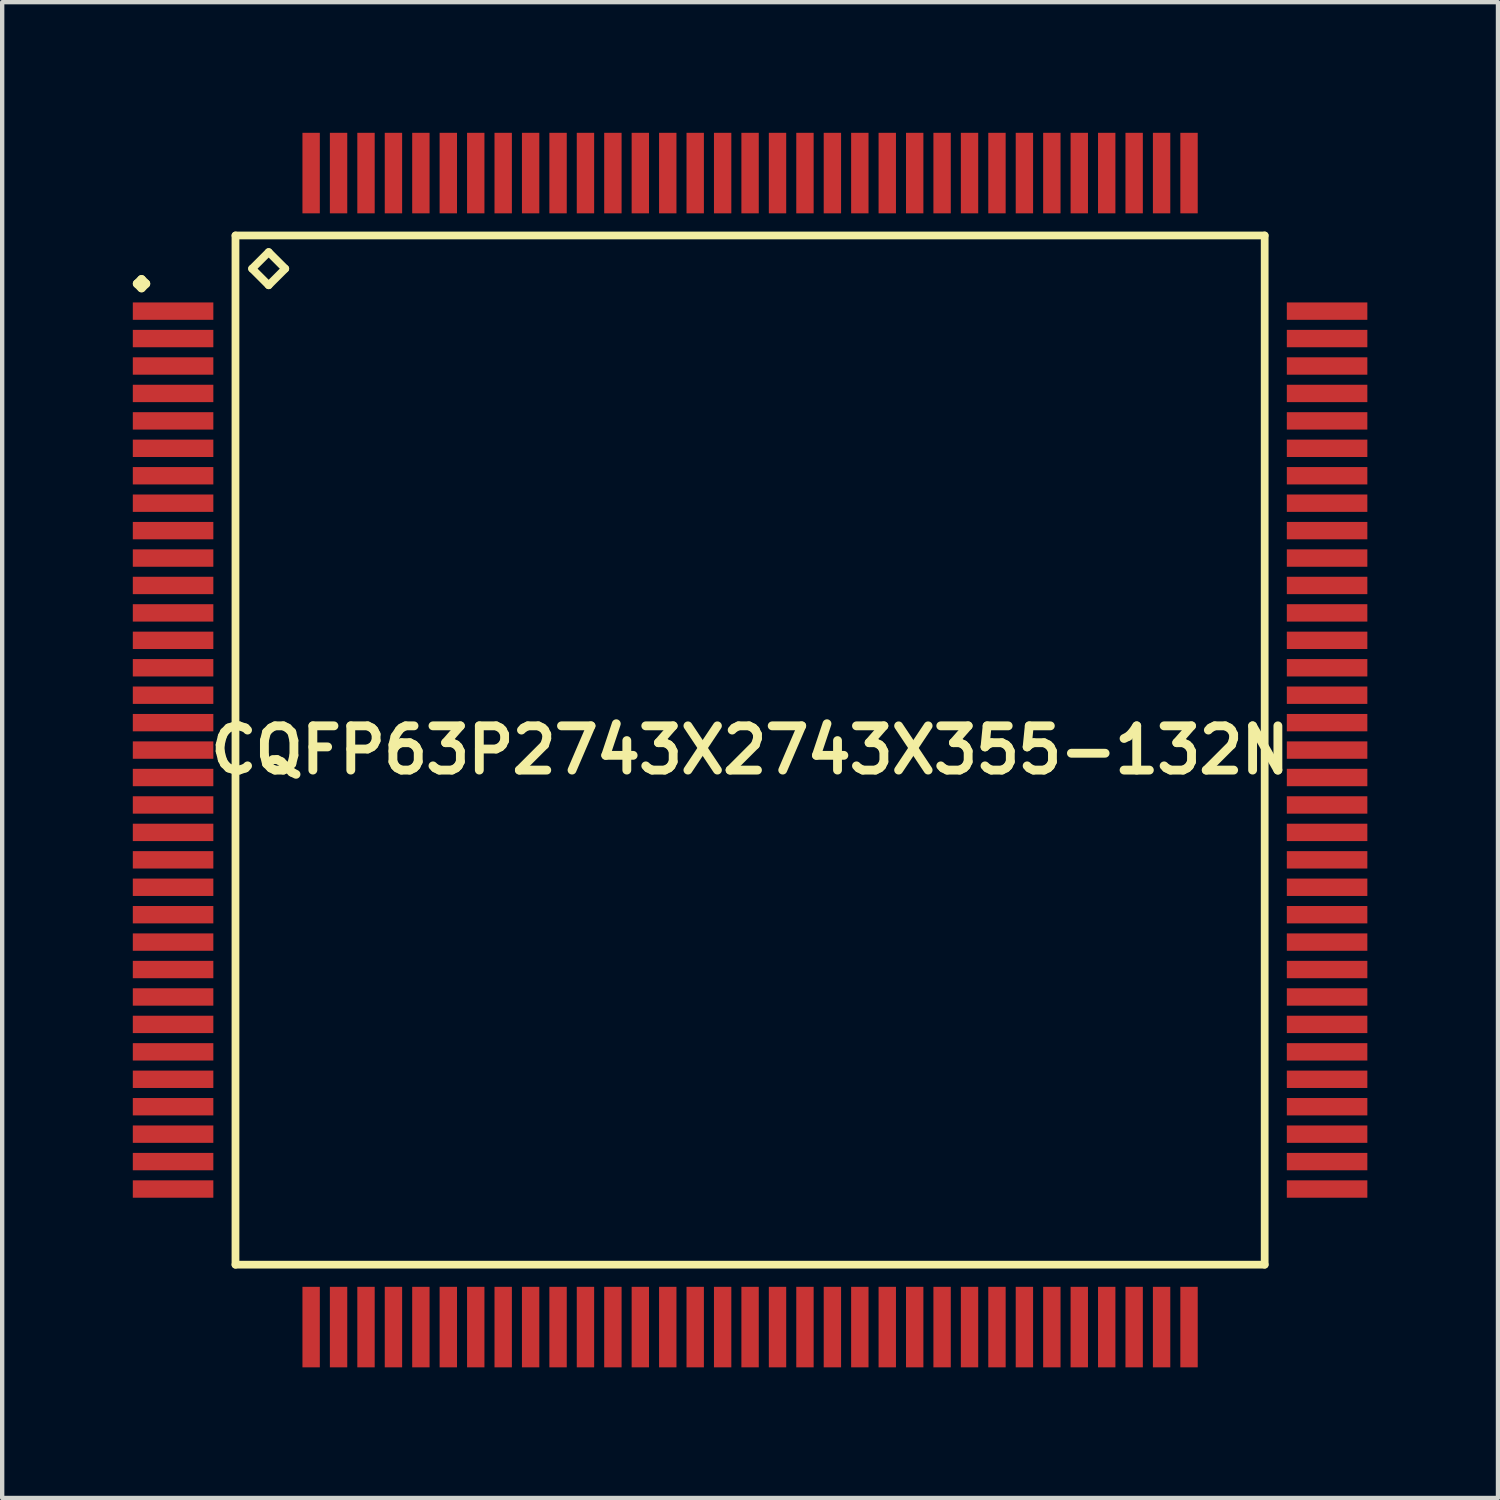
<source format=kicad_pcb>
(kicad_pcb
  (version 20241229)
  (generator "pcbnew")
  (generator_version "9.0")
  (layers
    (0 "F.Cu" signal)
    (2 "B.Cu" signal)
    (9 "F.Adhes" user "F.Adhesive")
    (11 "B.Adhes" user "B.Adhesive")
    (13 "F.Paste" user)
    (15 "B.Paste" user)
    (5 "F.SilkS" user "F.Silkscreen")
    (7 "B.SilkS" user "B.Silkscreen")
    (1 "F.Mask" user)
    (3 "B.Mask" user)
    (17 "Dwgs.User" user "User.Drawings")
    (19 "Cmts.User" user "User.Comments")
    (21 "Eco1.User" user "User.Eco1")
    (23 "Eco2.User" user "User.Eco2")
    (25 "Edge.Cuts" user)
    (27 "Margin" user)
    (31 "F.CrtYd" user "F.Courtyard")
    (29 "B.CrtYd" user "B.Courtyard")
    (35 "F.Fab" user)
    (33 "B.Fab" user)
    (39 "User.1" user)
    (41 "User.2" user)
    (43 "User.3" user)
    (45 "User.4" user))
  (footprint "CQFP63P2743X2743X355-132N"
    (layer "F.Cu")
    (at 14.173 14.173)
    (property "Reference" "CQFP63P2743X2743X355-132N" (at 0 0 0) (layer "F.SilkS") (effects (font (size 1.016 1.016) (thickness 0.203))))
    (attr smd)
    (fp_line (start -14.074 -10.709) (end -13.973 -10.808) (stroke (width 0.198) (type solid)) (layer "F.SilkS"))
    (fp_line (start -13.973 -10.808) (end -13.873 -10.709) (stroke (width 0.198) (type solid)) (layer "F.SilkS"))
    (fp_line (start -13.973 -10.61) (end -14.074 -10.709) (stroke (width 0.198) (type solid)) (layer "F.SilkS"))
    (fp_line (start -13.873 -10.709) (end -13.973 -10.61) (stroke (width 0.198) (type solid)) (layer "F.SilkS"))
    (fp_line (start -11.816 -11.816) (end -11.816 11.816) (stroke (width 0.178) (type solid)) (layer "F.SilkS"))
    (fp_line (start -11.816 11.816) (end 11.816 11.816) (stroke (width 0.178) (type solid)) (layer "F.SilkS"))
    (fp_line (start -11.435 -11.054) (end -11.054 -11.435) (stroke (width 0.178) (type solid)) (layer "F.SilkS"))
    (fp_line (start -11.054 -11.435) (end -10.673 -11.054) (stroke (width 0.178) (type solid)) (layer "F.SilkS"))
    (fp_line (start -11.054 -10.673) (end -11.435 -11.054) (stroke (width 0.178) (type solid)) (layer "F.SilkS"))
    (fp_line (start -10.673 -11.054) (end -11.054 -10.673) (stroke (width 0.178) (type solid)) (layer "F.SilkS"))
    (fp_line (start 11.816 -11.816) (end -11.816 -11.816) (stroke (width 0.178) (type solid)) (layer "F.SilkS"))
    (fp_line (start 11.816 11.816) (end 11.816 -11.816) (stroke (width 0.178) (type solid)) (layer "F.SilkS"))
    (pad "1" smd rect (at -13.249 -10.079) (size 1.849 0.399) (layers "F.Cu" "F.Mask" "F.Paste"))
    (pad "2" smd rect (at -13.249 -9.449) (size 1.849 0.399) (layers "F.Cu" "F.Mask" "F.Paste"))
    (pad "3" smd rect (at -13.249 -8.819) (size 1.849 0.399) (layers "F.Cu" "F.Mask" "F.Paste"))
    (pad "4" smd rect (at -13.249 -8.189) (size 1.849 0.399) (layers "F.Cu" "F.Mask" "F.Paste"))
    (pad "5" smd rect (at -13.249 -7.559) (size 1.849 0.399) (layers "F.Cu" "F.Mask" "F.Paste"))
    (pad "6" smd rect (at -13.249 -6.929) (size 1.849 0.399) (layers "F.Cu" "F.Mask" "F.Paste"))
    (pad "7" smd rect (at -13.249 -6.299) (size 1.849 0.399) (layers "F.Cu" "F.Mask" "F.Paste"))
    (pad "8" smd rect (at -13.249 -5.669) (size 1.849 0.399) (layers "F.Cu" "F.Mask" "F.Paste"))
    (pad "9" smd rect (at -13.249 -5.039) (size 1.849 0.399) (layers "F.Cu" "F.Mask" "F.Paste"))
    (pad "10" smd rect (at -13.249 -4.409) (size 1.849 0.399) (layers "F.Cu" "F.Mask" "F.Paste"))
    (pad "11" smd rect (at -13.249 -3.78) (size 1.849 0.399) (layers "F.Cu" "F.Mask" "F.Paste"))
    (pad "12" smd rect (at -13.249 -3.15) (size 1.849 0.399) (layers "F.Cu" "F.Mask" "F.Paste"))
    (pad "13" smd rect (at -13.249 -2.52) (size 1.849 0.399) (layers "F.Cu" "F.Mask" "F.Paste"))
    (pad "14" smd rect (at -13.249 -1.89) (size 1.849 0.399) (layers "F.Cu" "F.Mask" "F.Paste"))
    (pad "15" smd rect (at -13.249 -1.26) (size 1.849 0.399) (layers "F.Cu" "F.Mask" "F.Paste"))
    (pad "16" smd rect (at -13.249 -0.63) (size 1.849 0.399) (layers "F.Cu" "F.Mask" "F.Paste"))
    (pad "17" smd rect (at -13.249 0) (size 1.849 0.399) (layers "F.Cu" "F.Mask" "F.Paste"))
    (pad "18" smd rect (at -13.249 0.63) (size 1.849 0.399) (layers "F.Cu" "F.Mask" "F.Paste"))
    (pad "19" smd rect (at -13.249 1.26) (size 1.849 0.399) (layers "F.Cu" "F.Mask" "F.Paste"))
    (pad "20" smd rect (at -13.249 1.89) (size 1.849 0.399) (layers "F.Cu" "F.Mask" "F.Paste"))
    (pad "21" smd rect (at -13.249 2.52) (size 1.849 0.399) (layers "F.Cu" "F.Mask" "F.Paste"))
    (pad "22" smd rect (at -13.249 3.15) (size 1.849 0.399) (layers "F.Cu" "F.Mask" "F.Paste"))
    (pad "23" smd rect (at -13.249 3.78) (size 1.849 0.399) (layers "F.Cu" "F.Mask" "F.Paste"))
    (pad "24" smd rect (at -13.249 4.409) (size 1.849 0.399) (layers "F.Cu" "F.Mask" "F.Paste"))
    (pad "25" smd rect (at -13.249 5.039) (size 1.849 0.399) (layers "F.Cu" "F.Mask" "F.Paste"))
    (pad "26" smd rect (at -13.249 5.669) (size 1.849 0.399) (layers "F.Cu" "F.Mask" "F.Paste"))
    (pad "27" smd rect (at -13.249 6.299) (size 1.849 0.399) (layers "F.Cu" "F.Mask" "F.Paste"))
    (pad "28" smd rect (at -13.249 6.929) (size 1.849 0.399) (layers "F.Cu" "F.Mask" "F.Paste"))
    (pad "29" smd rect (at -13.249 7.559) (size 1.849 0.399) (layers "F.Cu" "F.Mask" "F.Paste"))
    (pad "30" smd rect (at -13.249 8.189) (size 1.849 0.399) (layers "F.Cu" "F.Mask" "F.Paste"))
    (pad "31" smd rect (at -13.249 8.819) (size 1.849 0.399) (layers "F.Cu" "F.Mask" "F.Paste"))
    (pad "32" smd rect (at -13.249 9.449) (size 1.849 0.399) (layers "F.Cu" "F.Mask" "F.Paste"))
    (pad "33" smd rect (at -13.249 10.079) (size 1.849 0.399) (layers "F.Cu" "F.Mask" "F.Paste"))
    (pad "34" smd rect (at -10.079 13.249) (size 0.399 1.849) (layers "F.Cu" "F.Mask" "F.Paste"))
    (pad "35" smd rect (at -9.449 13.249) (size 0.399 1.849) (layers "F.Cu" "F.Mask" "F.Paste"))
    (pad "36" smd rect (at -8.819 13.249) (size 0.399 1.849) (layers "F.Cu" "F.Mask" "F.Paste"))
    (pad "37" smd rect (at -8.189 13.249) (size 0.399 1.849) (layers "F.Cu" "F.Mask" "F.Paste"))
    (pad "38" smd rect (at -7.559 13.249) (size 0.399 1.849) (layers "F.Cu" "F.Mask" "F.Paste"))
    (pad "39" smd rect (at -6.929 13.249) (size 0.399 1.849) (layers "F.Cu" "F.Mask" "F.Paste"))
    (pad "40" smd rect (at -6.299 13.249) (size 0.399 1.849) (layers "F.Cu" "F.Mask" "F.Paste"))
    (pad "41" smd rect (at -5.669 13.249) (size 0.399 1.849) (layers "F.Cu" "F.Mask" "F.Paste"))
    (pad "42" smd rect (at -5.039 13.249) (size 0.399 1.849) (layers "F.Cu" "F.Mask" "F.Paste"))
    (pad "43" smd rect (at -4.409 13.249) (size 0.399 1.849) (layers "F.Cu" "F.Mask" "F.Paste"))
    (pad "44" smd rect (at -3.78 13.249) (size 0.399 1.849) (layers "F.Cu" "F.Mask" "F.Paste"))
    (pad "45" smd rect (at -3.15 13.249) (size 0.399 1.849) (layers "F.Cu" "F.Mask" "F.Paste"))
    (pad "46" smd rect (at -2.52 13.249) (size 0.399 1.849) (layers "F.Cu" "F.Mask" "F.Paste"))
    (pad "47" smd rect (at -1.89 13.249) (size 0.399 1.849) (layers "F.Cu" "F.Mask" "F.Paste"))
    (pad "48" smd rect (at -1.26 13.249) (size 0.399 1.849) (layers "F.Cu" "F.Mask" "F.Paste"))
    (pad "49" smd rect (at -0.63 13.249) (size 0.399 1.849) (layers "F.Cu" "F.Mask" "F.Paste"))
    (pad "50" smd rect (at 0 13.249) (size 0.399 1.849) (layers "F.Cu" "F.Mask" "F.Paste"))
    (pad "51" smd rect (at 0.63 13.249) (size 0.399 1.849) (layers "F.Cu" "F.Mask" "F.Paste"))
    (pad "52" smd rect (at 1.26 13.249) (size 0.399 1.849) (layers "F.Cu" "F.Mask" "F.Paste"))
    (pad "53" smd rect (at 1.89 13.249) (size 0.399 1.849) (layers "F.Cu" "F.Mask" "F.Paste"))
    (pad "54" smd rect (at 2.52 13.249) (size 0.399 1.849) (layers "F.Cu" "F.Mask" "F.Paste"))
    (pad "55" smd rect (at 3.15 13.249) (size 0.399 1.849) (layers "F.Cu" "F.Mask" "F.Paste"))
    (pad "56" smd rect (at 3.78 13.249) (size 0.399 1.849) (layers "F.Cu" "F.Mask" "F.Paste"))
    (pad "57" smd rect (at 4.409 13.249) (size 0.399 1.849) (layers "F.Cu" "F.Mask" "F.Paste"))
    (pad "58" smd rect (at 5.039 13.249) (size 0.399 1.849) (layers "F.Cu" "F.Mask" "F.Paste"))
    (pad "59" smd rect (at 5.669 13.249) (size 0.399 1.849) (layers "F.Cu" "F.Mask" "F.Paste"))
    (pad "60" smd rect (at 6.299 13.249) (size 0.399 1.849) (layers "F.Cu" "F.Mask" "F.Paste"))
    (pad "61" smd rect (at 6.929 13.249) (size 0.399 1.849) (layers "F.Cu" "F.Mask" "F.Paste"))
    (pad "62" smd rect (at 7.559 13.249) (size 0.399 1.849) (layers "F.Cu" "F.Mask" "F.Paste"))
    (pad "63" smd rect (at 8.189 13.249) (size 0.399 1.849) (layers "F.Cu" "F.Mask" "F.Paste"))
    (pad "64" smd rect (at 8.819 13.249) (size 0.399 1.849) (layers "F.Cu" "F.Mask" "F.Paste"))
    (pad "65" smd rect (at 9.449 13.249) (size 0.399 1.849) (layers "F.Cu" "F.Mask" "F.Paste"))
    (pad "66" smd rect (at 10.079 13.249) (size 0.399 1.849) (layers "F.Cu" "F.Mask" "F.Paste"))
    (pad "67" smd rect (at 13.249 10.079) (size 1.849 0.399) (layers "F.Cu" "F.Mask" "F.Paste"))
    (pad "68" smd rect (at 13.249 9.449) (size 1.849 0.399) (layers "F.Cu" "F.Mask" "F.Paste"))
    (pad "69" smd rect (at 13.249 8.819) (size 1.849 0.399) (layers "F.Cu" "F.Mask" "F.Paste"))
    (pad "70" smd rect (at 13.249 8.189) (size 1.849 0.399) (layers "F.Cu" "F.Mask" "F.Paste"))
    (pad "71" smd rect (at 13.249 7.559) (size 1.849 0.399) (layers "F.Cu" "F.Mask" "F.Paste"))
    (pad "72" smd rect (at 13.249 6.929) (size 1.849 0.399) (layers "F.Cu" "F.Mask" "F.Paste"))
    (pad "73" smd rect (at 13.249 6.299) (size 1.849 0.399) (layers "F.Cu" "F.Mask" "F.Paste"))
    (pad "74" smd rect (at 13.249 5.669) (size 1.849 0.399) (layers "F.Cu" "F.Mask" "F.Paste"))
    (pad "75" smd rect (at 13.249 5.039) (size 1.849 0.399) (layers "F.Cu" "F.Mask" "F.Paste"))
    (pad "76" smd rect (at 13.249 4.409) (size 1.849 0.399) (layers "F.Cu" "F.Mask" "F.Paste"))
    (pad "77" smd rect (at 13.249 3.78) (size 1.849 0.399) (layers "F.Cu" "F.Mask" "F.Paste"))
    (pad "78" smd rect (at 13.249 3.15) (size 1.849 0.399) (layers "F.Cu" "F.Mask" "F.Paste"))
    (pad "79" smd rect (at 13.249 2.52) (size 1.849 0.399) (layers "F.Cu" "F.Mask" "F.Paste"))
    (pad "80" smd rect (at 13.249 1.89) (size 1.849 0.399) (layers "F.Cu" "F.Mask" "F.Paste"))
    (pad "81" smd rect (at 13.249 1.26) (size 1.849 0.399) (layers "F.Cu" "F.Mask" "F.Paste"))
    (pad "82" smd rect (at 13.249 0.63) (size 1.849 0.399) (layers "F.Cu" "F.Mask" "F.Paste"))
    (pad "83" smd rect (at 13.249 0) (size 1.849 0.399) (layers "F.Cu" "F.Mask" "F.Paste"))
    (pad "84" smd rect (at 13.249 -0.63) (size 1.849 0.399) (layers "F.Cu" "F.Mask" "F.Paste"))
    (pad "85" smd rect (at 13.249 -1.26) (size 1.849 0.399) (layers "F.Cu" "F.Mask" "F.Paste"))
    (pad "86" smd rect (at 13.249 -1.89) (size 1.849 0.399) (layers "F.Cu" "F.Mask" "F.Paste"))
    (pad "87" smd rect (at 13.249 -2.52) (size 1.849 0.399) (layers "F.Cu" "F.Mask" "F.Paste"))
    (pad "88" smd rect (at 13.249 -3.15) (size 1.849 0.399) (layers "F.Cu" "F.Mask" "F.Paste"))
    (pad "89" smd rect (at 13.249 -3.78) (size 1.849 0.399) (layers "F.Cu" "F.Mask" "F.Paste"))
    (pad "90" smd rect (at 13.249 -4.409) (size 1.849 0.399) (layers "F.Cu" "F.Mask" "F.Paste"))
    (pad "91" smd rect (at 13.249 -5.039) (size 1.849 0.399) (layers "F.Cu" "F.Mask" "F.Paste"))
    (pad "92" smd rect (at 13.249 -5.669) (size 1.849 0.399) (layers "F.Cu" "F.Mask" "F.Paste"))
    (pad "93" smd rect (at 13.249 -6.299) (size 1.849 0.399) (layers "F.Cu" "F.Mask" "F.Paste"))
    (pad "94" smd rect (at 13.249 -6.929) (size 1.849 0.399) (layers "F.Cu" "F.Mask" "F.Paste"))
    (pad "95" smd rect (at 13.249 -7.559) (size 1.849 0.399) (layers "F.Cu" "F.Mask" "F.Paste"))
    (pad "96" smd rect (at 13.249 -8.189) (size 1.849 0.399) (layers "F.Cu" "F.Mask" "F.Paste"))
    (pad "97" smd rect (at 13.249 -8.819) (size 1.849 0.399) (layers "F.Cu" "F.Mask" "F.Paste"))
    (pad "98" smd rect (at 13.249 -9.449) (size 1.849 0.399) (layers "F.Cu" "F.Mask" "F.Paste"))
    (pad "99" smd rect (at 13.249 -10.079) (size 1.849 0.399) (layers "F.Cu" "F.Mask" "F.Paste"))
    (pad "100" smd rect (at 10.079 -13.249) (size 0.399 1.849) (layers "F.Cu" "F.Mask" "F.Paste"))
    (pad "101" smd rect (at 9.449 -13.249) (size 0.399 1.849) (layers "F.Cu" "F.Mask" "F.Paste"))
    (pad "102" smd rect (at 8.819 -13.249) (size 0.399 1.849) (layers "F.Cu" "F.Mask" "F.Paste"))
    (pad "103" smd rect (at 8.189 -13.249) (size 0.399 1.849) (layers "F.Cu" "F.Mask" "F.Paste"))
    (pad "104" smd rect (at 7.559 -13.249) (size 0.399 1.849) (layers "F.Cu" "F.Mask" "F.Paste"))
    (pad "105" smd rect (at 6.929 -13.249) (size 0.399 1.849) (layers "F.Cu" "F.Mask" "F.Paste"))
    (pad "106" smd rect (at 6.299 -13.249) (size 0.399 1.849) (layers "F.Cu" "F.Mask" "F.Paste"))
    (pad "107" smd rect (at 5.669 -13.249) (size 0.399 1.849) (layers "F.Cu" "F.Mask" "F.Paste"))
    (pad "108" smd rect (at 5.039 -13.249) (size 0.399 1.849) (layers "F.Cu" "F.Mask" "F.Paste"))
    (pad "109" smd rect (at 4.409 -13.249) (size 0.399 1.849) (layers "F.Cu" "F.Mask" "F.Paste"))
    (pad "110" smd rect (at 3.78 -13.249) (size 0.399 1.849) (layers "F.Cu" "F.Mask" "F.Paste"))
    (pad "111" smd rect (at 3.15 -13.249) (size 0.399 1.849) (layers "F.Cu" "F.Mask" "F.Paste"))
    (pad "112" smd rect (at 2.52 -13.249) (size 0.399 1.849) (layers "F.Cu" "F.Mask" "F.Paste"))
    (pad "113" smd rect (at 1.89 -13.249) (size 0.399 1.849) (layers "F.Cu" "F.Mask" "F.Paste"))
    (pad "114" smd rect (at 1.26 -13.249) (size 0.399 1.849) (layers "F.Cu" "F.Mask" "F.Paste"))
    (pad "115" smd rect (at 0.63 -13.249) (size 0.399 1.849) (layers "F.Cu" "F.Mask" "F.Paste"))
    (pad "116" smd rect (at 0 -13.249) (size 0.399 1.849) (layers "F.Cu" "F.Mask" "F.Paste"))
    (pad "117" smd rect (at -0.63 -13.249) (size 0.399 1.849) (layers "F.Cu" "F.Mask" "F.Paste"))
    (pad "118" smd rect (at -1.26 -13.249) (size 0.399 1.849) (layers "F.Cu" "F.Mask" "F.Paste"))
    (pad "119" smd rect (at -1.89 -13.249) (size 0.399 1.849) (layers "F.Cu" "F.Mask" "F.Paste"))
    (pad "120" smd rect (at -2.52 -13.249) (size 0.399 1.849) (layers "F.Cu" "F.Mask" "F.Paste"))
    (pad "121" smd rect (at -3.15 -13.249) (size 0.399 1.849) (layers "F.Cu" "F.Mask" "F.Paste"))
    (pad "122" smd rect (at -3.78 -13.249) (size 0.399 1.849) (layers "F.Cu" "F.Mask" "F.Paste"))
    (pad "123" smd rect (at -4.409 -13.249) (size 0.399 1.849) (layers "F.Cu" "F.Mask" "F.Paste"))
    (pad "124" smd rect (at -5.039 -13.249) (size 0.399 1.849) (layers "F.Cu" "F.Mask" "F.Paste"))
    (pad "125" smd rect (at -5.669 -13.249) (size 0.399 1.849) (layers "F.Cu" "F.Mask" "F.Paste"))
    (pad "126" smd rect (at -6.299 -13.249) (size 0.399 1.849) (layers "F.Cu" "F.Mask" "F.Paste"))
    (pad "127" smd rect (at -6.929 -13.249) (size 0.399 1.849) (layers "F.Cu" "F.Mask" "F.Paste"))
    (pad "128" smd rect (at -7.559 -13.249) (size 0.399 1.849) (layers "F.Cu" "F.Mask" "F.Paste"))
    (pad "129" smd rect (at -8.189 -13.249) (size 0.399 1.849) (layers "F.Cu" "F.Mask" "F.Paste"))
    (pad "130" smd rect (at -8.819 -13.249) (size 0.399 1.849) (layers "F.Cu" "F.Mask" "F.Paste"))
    (pad "131" smd rect (at -9.449 -13.249) (size 0.399 1.849) (layers "F.Cu" "F.Mask" "F.Paste"))
    (pad "132" smd rect (at -10.079 -13.249) (size 0.399 1.849) (layers "F.Cu" "F.Mask" "F.Paste")))
  (gr_rect
    (start -3 -3)
    (end 31.346 31.346)
    (stroke (width 0.1) (type default))
    (fill no)
    (layer "Edge.Cuts")))
</source>
